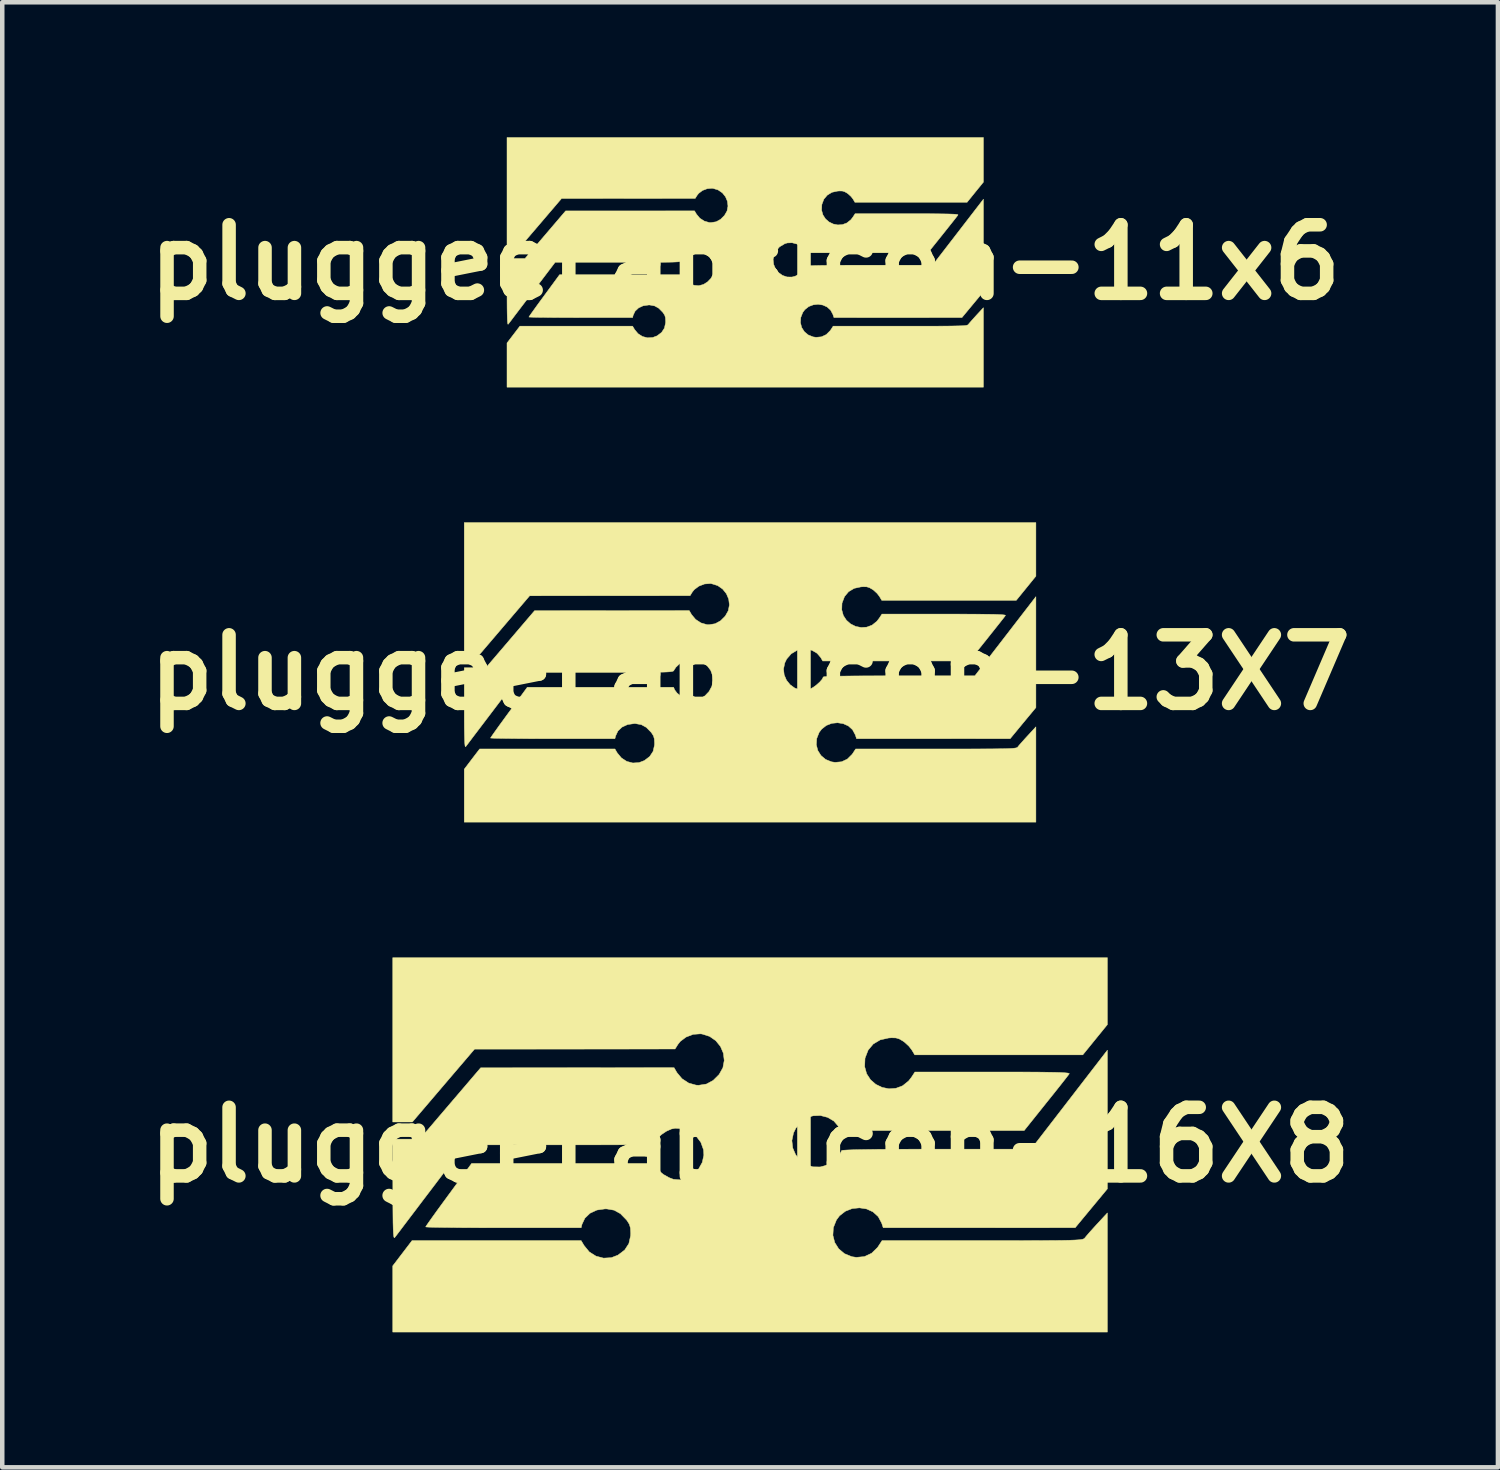
<source format=kicad_pcb>
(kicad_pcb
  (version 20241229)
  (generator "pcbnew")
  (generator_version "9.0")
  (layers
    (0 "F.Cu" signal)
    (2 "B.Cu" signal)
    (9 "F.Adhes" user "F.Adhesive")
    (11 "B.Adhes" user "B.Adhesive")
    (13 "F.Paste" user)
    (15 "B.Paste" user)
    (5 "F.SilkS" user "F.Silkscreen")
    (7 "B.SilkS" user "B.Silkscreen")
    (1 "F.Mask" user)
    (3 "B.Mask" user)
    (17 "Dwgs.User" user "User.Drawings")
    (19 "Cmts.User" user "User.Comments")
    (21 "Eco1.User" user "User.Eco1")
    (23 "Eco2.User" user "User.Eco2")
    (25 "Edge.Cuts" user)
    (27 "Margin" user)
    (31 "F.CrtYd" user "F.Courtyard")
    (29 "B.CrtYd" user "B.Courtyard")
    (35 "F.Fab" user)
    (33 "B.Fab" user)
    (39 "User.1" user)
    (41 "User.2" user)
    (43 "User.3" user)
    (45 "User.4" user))
  (footprint "pluggeeLabsIcon-13X7"
    (layer "F.Cu")
    (at 13.614 11.888)
    (property "Reference" "pluggeeLabsIcon-13X7" (at 0 0 0) (layer "F.SilkS") (effects (font (size 1.524 1.524) (thickness 0.3))))
    (attr through_hole)
    (fp_poly (pts (xy 6.35 -2.138) (xy 6.132 -1.869) (xy 5.913 -1.6) (xy 4.42 -1.6) (xy 2.926 -1.6) (xy 2.874 -1.688) (xy 2.82 -1.757) (xy 2.746 -1.825) (xy 2.72 -1.843) (xy 2.653 -1.882) (xy 2.592 -1.901) (xy 2.515 -1.903) (xy 2.464 -1.9) (xy 2.313 -1.867) (xy 2.189 -1.793) (xy 2.098 -1.684) (xy 2.045 -1.545) (xy 2.042 -1.534) (xy 2.037 -1.39) (xy 2.072 -1.263) (xy 2.141 -1.158) (xy 2.235 -1.076) (xy 2.346 -1.021) (xy 2.468 -0.997) (xy 2.592 -1.005) (xy 2.711 -1.05) (xy 2.817 -1.135) (xy 2.868 -1.201) (xy 2.93 -1.295) (xy 4.311 -1.295) (xy 4.621 -1.295) (xy 4.884 -1.294) (xy 5.102 -1.293) (xy 5.28 -1.291) (xy 5.42 -1.289) (xy 5.526 -1.285) (xy 5.6 -1.281) (xy 5.648 -1.276) (xy 5.67 -1.27) (xy 5.673 -1.264) (xy 5.653 -1.236) (xy 5.605 -1.174) (xy 5.534 -1.084) (xy 5.445 -0.972) (xy 5.343 -0.844) (xy 5.263 -0.743) (xy 4.871 -0.254) (xy 3.242 -0.254) (xy 1.613 -0.254) (xy 1.57 -0.33) (xy 1.489 -0.424) (xy 1.378 -0.489) (xy 1.25 -0.522) (xy 1.12 -0.517) (xy 1.052 -0.496) (xy 0.914 -0.413) (xy 0.813 -0.297) (xy 0.772 -0.212) (xy 0.743 -0.076) (xy 0.758 0.055) (xy 0.809 0.174) (xy 0.89 0.274) (xy 0.994 0.349) (xy 1.115 0.39) (xy 1.246 0.393) (xy 1.333 0.37) (xy 1.402 0.333) (xy 1.478 0.277) (xy 1.549 0.213) (xy 1.602 0.152) (xy 1.625 0.105) (xy 1.626 0.102) (xy 1.651 0.096) (xy 1.726 0.091) (xy 1.851 0.087) (xy 2.025 0.083) (xy 2.247 0.08) (xy 2.517 0.078) (xy 2.834 0.077) (xy 3.197 0.076) (xy 3.31 0.076) (xy 4.994 0.076) (xy 5.672 -0.803) (xy 6.35 -1.682) (xy 6.35 0.782) (xy 6.064 1.127) (xy 5.779 1.472) (xy 4.072 1.473) (xy 2.366 1.473) (xy 2.338 1.388) (xy 2.277 1.274) (xy 2.184 1.19) (xy 2.07 1.139) (xy 1.944 1.119) (xy 1.815 1.132) (xy 1.694 1.179) (xy 1.591 1.26) (xy 1.534 1.335) (xy 1.48 1.472) (xy 1.472 1.608) (xy 1.505 1.736) (xy 1.575 1.847) (xy 1.678 1.934) (xy 1.809 1.987) (xy 1.888 1.999) (xy 2.033 1.986) (xy 2.161 1.926) (xy 2.266 1.822) (xy 2.284 1.796) (xy 2.345 1.702) (xy 4.13 1.702) (xy 4.475 1.702) (xy 4.772 1.702) (xy 5.026 1.701) (xy 5.239 1.7) (xy 5.416 1.699) (xy 5.56 1.697) (xy 5.675 1.695) (xy 5.763 1.692) (xy 5.83 1.688) (xy 5.877 1.683) (xy 5.909 1.678) (xy 5.93 1.671) (xy 5.942 1.663) (xy 5.949 1.655) (xy 5.979 1.617) (xy 6.036 1.553) (xy 6.109 1.471) (xy 6.166 1.409) (xy 6.35 1.21) (xy 6.35 3.327) (xy -6.35 3.327) (xy -6.35 2.151) (xy -6.179 1.926) (xy -6.008 1.702) (xy -4.505 1.702) (xy -3.002 1.702) (xy -2.951 1.789) (xy -2.857 1.902) (xy -2.739 1.978) (xy -2.605 2.013) (xy -2.466 2.004) (xy -2.348 1.959) (xy -2.229 1.868) (xy -2.154 1.754) (xy -2.123 1.614) (xy -2.122 1.572) (xy -2.127 1.478) (xy -2.146 1.411) (xy -2.186 1.347) (xy -2.201 1.328) (xy -2.305 1.222) (xy -2.416 1.161) (xy -2.545 1.138) (xy -2.577 1.138) (xy -2.722 1.159) (xy -2.845 1.216) (xy -2.936 1.303) (xy -2.988 1.414) (xy -3.003 1.473) (xy -4.384 1.473) (xy -4.644 1.473) (xy -4.888 1.472) (xy -5.111 1.471) (xy -5.309 1.469) (xy -5.477 1.467) (xy -5.611 1.465) (xy -5.706 1.462) (xy -5.758 1.459) (xy -5.766 1.458) (xy -5.751 1.434) (xy -5.711 1.375) (xy -5.647 1.285) (xy -5.566 1.172) (xy -5.469 1.039) (xy -5.362 0.892) (xy -5.357 0.886) (xy -4.949 0.33) (xy -1.701 0.33) (xy -1.672 0.393) (xy -1.622 0.459) (xy -1.539 0.526) (xy -1.44 0.583) (xy -1.363 0.612) (xy -1.237 0.622) (xy -1.114 0.59) (xy -1.004 0.522) (xy -0.913 0.427) (xy -0.85 0.311) (xy -0.822 0.183) (xy -0.827 0.088) (xy -0.875 -0.045) (xy -0.96 -0.157) (xy -1.07 -0.24) (xy -1.198 -0.288) (xy -1.332 -0.295) (xy -1.4 -0.282) (xy -1.487 -0.242) (xy -1.575 -0.183) (xy -1.647 -0.115) (xy -1.688 -0.053) (xy -1.69 -0.049) (xy -1.694 -0.039) (xy -1.703 -0.031) (xy -1.72 -0.024) (xy -1.748 -0.018) (xy -1.792 -0.013) (xy -1.855 -0.009) (xy -1.94 -0.006) (xy -2.052 -0.004) (xy -2.194 -0.002) (xy -2.369 -0.001) (xy -2.581 -0.001) (xy -2.835 -0.000152) (xy -3.132 -0.000018) (xy -3.386 0) (xy -5.067 0) (xy -5.677 0.805) (xy -5.812 0.983) (xy -5.938 1.149) (xy -6.052 1.299) (xy -6.15 1.428) (xy -6.228 1.532) (xy -6.284 1.606) (xy -6.314 1.645) (xy -6.317 1.649) (xy -6.326 1.65) (xy -6.333 1.628) (xy -6.338 1.577) (xy -6.342 1.495) (xy -6.345 1.377) (xy -6.348 1.22) (xy -6.349 1.019) (xy -6.349 0.794) (xy -6.35 -0.102) (xy -5.871 -0.102) (xy -5.329 -0.736) (xy -4.788 -1.37) (xy -1.351 -1.372) (xy -1.3 -1.284) (xy -1.209 -1.176) (xy -1.091 -1.099) (xy -0.959 -1.061) (xy -0.913 -1.059) (xy -0.776 -1.081) (xy -0.656 -1.146) (xy -0.552 -1.25) (xy -0.484 -1.37) (xy -0.459 -1.499) (xy -0.475 -1.628) (xy -0.526 -1.748) (xy -0.609 -1.851) (xy -0.719 -1.928) (xy -0.854 -1.97) (xy -0.883 -1.974) (xy -1.013 -1.964) (xy -1.137 -1.916) (xy -1.24 -1.839) (xy -1.283 -1.785) (xy -1.333 -1.704) (xy -3.115 -1.703) (xy -4.897 -1.702) (xy -5.45 -1.054) (xy -6.003 -0.406) (xy -6.35 -0.406) (xy -6.35 -3.327) (xy 6.35 -3.327) (xy 6.35 -2.138)) (stroke (width 0.01) (type solid)) (fill yes) (layer "F.SilkS")))
  (footprint "pluggeeLabsIcon-11x6"
    (layer "F.Cu")
    (at 13.506 2.778)
    (property "Reference" "pluggeeLabsIcon-11x6" (at 0 0 0) (layer "F.SilkS") (effects (font (size 1.524 1.524) (thickness 0.3))))
    (attr through_hole)
    (fp_poly (pts (xy 5.292 -1.782) (xy 5.11 -1.558) (xy 4.928 -1.333) (xy 2.438 -1.333) (xy 2.395 -1.406) (xy 2.35 -1.464) (xy 2.288 -1.52) (xy 2.267 -1.536) (xy 2.211 -1.568) (xy 2.16 -1.584) (xy 2.096 -1.586) (xy 2.053 -1.583) (xy 1.928 -1.556) (xy 1.825 -1.494) (xy 1.748 -1.404) (xy 1.704 -1.288) (xy 1.702 -1.278) (xy 1.697 -1.158) (xy 1.727 -1.053) (xy 1.784 -0.965) (xy 1.862 -0.897) (xy 1.955 -0.851) (xy 2.057 -0.831) (xy 2.16 -0.838) (xy 2.259 -0.875) (xy 2.348 -0.946) (xy 2.39 -1.001) (xy 2.441 -1.079) (xy 3.593 -1.079) (xy 3.851 -1.079) (xy 4.07 -1.079) (xy 4.252 -1.078) (xy 4.4 -1.076) (xy 4.517 -1.074) (xy 4.605 -1.071) (xy 4.667 -1.068) (xy 4.706 -1.063) (xy 4.725 -1.058) (xy 4.728 -1.053) (xy 4.711 -1.03) (xy 4.671 -0.978) (xy 4.612 -0.903) (xy 4.538 -0.81) (xy 4.453 -0.703) (xy 4.386 -0.619) (xy 4.06 -0.212) (xy 2.702 -0.212) (xy 1.344 -0.212) (xy 1.308 -0.275) (xy 1.241 -0.353) (xy 1.148 -0.407) (xy 1.042 -0.435) (xy 0.934 -0.431) (xy 0.877 -0.413) (xy 0.762 -0.344) (xy 0.678 -0.247) (xy 0.643 -0.177) (xy 0.62 -0.063) (xy 0.632 0.046) (xy 0.674 0.145) (xy 0.742 0.229) (xy 0.829 0.291) (xy 0.929 0.325) (xy 1.038 0.327) (xy 1.111 0.308) (xy 1.168 0.278) (xy 1.232 0.231) (xy 1.291 0.177) (xy 1.335 0.127) (xy 1.354 0.088) (xy 1.355 0.085) (xy 1.376 0.08) (xy 1.439 0.076) (xy 1.543 0.072) (xy 1.688 0.069) (xy 1.873 0.067) (xy 2.097 0.065) (xy 2.361 0.064) (xy 2.664 0.064) (xy 2.758 0.064) (xy 4.162 0.064) (xy 4.727 -0.669) (xy 5.292 -1.402) (xy 5.292 0.652) (xy 5.054 0.939) (xy 4.815 1.227) (xy 1.972 1.228) (xy 1.948 1.157) (xy 1.897 1.062) (xy 1.82 0.992) (xy 1.725 0.949) (xy 1.62 0.932) (xy 1.513 0.944) (xy 1.412 0.982) (xy 1.326 1.05) (xy 1.279 1.113) (xy 1.234 1.227) (xy 1.227 1.34) (xy 1.254 1.447) (xy 1.313 1.54) (xy 1.398 1.612) (xy 1.507 1.656) (xy 1.573 1.666) (xy 1.694 1.655) (xy 1.801 1.605) (xy 1.888 1.518) (xy 1.903 1.497) (xy 1.954 1.418) (xy 3.442 1.418) (xy 3.729 1.418) (xy 3.977 1.418) (xy 4.188 1.418) (xy 4.366 1.417) (xy 4.514 1.416) (xy 4.634 1.414) (xy 4.729 1.412) (xy 4.803 1.41) (xy 4.858 1.407) (xy 4.897 1.403) (xy 4.924 1.398) (xy 4.941 1.392) (xy 4.952 1.386) (xy 4.957 1.379) (xy 4.983 1.348) (xy 5.03 1.294) (xy 5.091 1.226) (xy 5.138 1.174) (xy 5.292 1.008) (xy 5.292 2.773) (xy -5.292 2.773) (xy -5.292 1.792) (xy -5.006 1.418) (xy -3.754 1.418) (xy -2.502 1.418) (xy -2.459 1.491) (xy -2.381 1.585) (xy -2.282 1.648) (xy -2.171 1.677) (xy -2.055 1.67) (xy -1.957 1.633) (xy -1.857 1.557) (xy -1.795 1.462) (xy -1.769 1.345) (xy -1.768 1.31) (xy -1.772 1.231) (xy -1.788 1.176) (xy -1.822 1.123) (xy -1.834 1.107) (xy -1.921 1.019) (xy -2.013 0.968) (xy -2.12 0.948) (xy -2.147 0.948) (xy -2.269 0.966) (xy -2.37 1.013) (xy -2.447 1.086) (xy -2.49 1.178) (xy -2.502 1.228) (xy -3.654 1.228) (xy -3.87 1.227) (xy -4.073 1.227) (xy -4.259 1.226) (xy -4.424 1.224) (xy -4.564 1.223) (xy -4.676 1.221) (xy -4.755 1.218) (xy -4.798 1.216) (xy -4.805 1.215) (xy -4.793 1.195) (xy -4.759 1.145) (xy -4.706 1.071) (xy -4.638 0.976) (xy -4.558 0.866) (xy -4.468 0.744) (xy -4.464 0.738) (xy -4.124 0.275) (xy -1.417 0.275) (xy -1.393 0.327) (xy -1.352 0.382) (xy -1.283 0.438) (xy -1.2 0.486) (xy -1.136 0.51) (xy -1.03 0.519) (xy -0.929 0.492) (xy -0.837 0.435) (xy -0.761 0.356) (xy -0.708 0.259) (xy -0.685 0.153) (xy -0.689 0.073) (xy -0.729 -0.038) (xy -0.8 -0.131) (xy -0.892 -0.2) (xy -0.998 -0.24) (xy -1.11 -0.246) (xy -1.167 -0.235) (xy -1.24 -0.202) (xy -1.313 -0.152) (xy -1.373 -0.096) (xy -1.407 -0.044) (xy -1.408 -0.041) (xy -1.412 -0.033) (xy -1.419 -0.026) (xy -1.433 -0.02) (xy -1.457 -0.015) (xy -1.493 -0.011) (xy -1.546 -0.008) (xy -1.617 -0.005) (xy -1.71 -0.003) (xy -1.828 -0.002) (xy -1.974 -0.001) (xy -2.151 -0.000422) (xy -2.362 -0.000126) (xy -2.61 -0.000015) (xy -2.822 0) (xy -4.223 0) (xy -4.731 0.67) (xy -4.843 0.819) (xy -4.948 0.957) (xy -5.043 1.082) (xy -5.125 1.19) (xy -5.19 1.277) (xy -5.237 1.338) (xy -5.262 1.371) (xy -5.265 1.374) (xy -5.272 1.375) (xy -5.277 1.356) (xy -5.282 1.314) (xy -5.285 1.246) (xy -5.288 1.148) (xy -5.29 1.017) (xy -5.291 0.849) (xy -5.291 0.661) (xy -5.292 -0.085) (xy -4.892 -0.085) (xy -3.99 -1.142) (xy -2.558 -1.142) (xy -1.126 -1.143) (xy -1.083 -1.07) (xy -1.008 -0.98) (xy -0.909 -0.916) (xy -0.799 -0.884) (xy -0.761 -0.883) (xy -0.646 -0.901) (xy -0.547 -0.955) (xy -0.46 -1.042) (xy -0.403 -1.142) (xy -0.383 -1.249) (xy -0.396 -1.357) (xy -0.438 -1.457) (xy -0.507 -1.543) (xy -0.6 -1.607) (xy -0.712 -1.642) (xy -0.736 -1.645) (xy -0.844 -1.636) (xy -0.948 -1.597) (xy -1.034 -1.532) (xy -1.069 -1.488) (xy -1.111 -1.42) (xy -2.596 -1.419) (xy -4.08 -1.418) (xy -4.541 -0.878) (xy -5.002 -0.339) (xy -5.292 -0.339) (xy -5.292 -2.773) (xy 5.292 -2.773) (xy 5.292 -1.782)) (stroke (width 0.01) (type solid)) (fill yes) (layer "F.SilkS")))
  (footprint "pluggeeLabsIcon-16X8"
    (layer "F.Cu")
    (at 13.614 22.385)
    (property "Reference" "pluggeeLabsIcon-16X8" (at 0 0 0) (layer "F.SilkS") (effects (font (size 1.524 1.524) (thickness 0.3))))
    (attr through_hole)
    (fp_poly (pts (xy 7.938 -2.672) (xy 7.392 -2) (xy 5.525 -2) (xy 3.658 -2) (xy 3.593 -2.109) (xy 3.525 -2.196) (xy 3.432 -2.281) (xy 3.4 -2.304) (xy 3.317 -2.353) (xy 3.241 -2.376) (xy 3.144 -2.379) (xy 3.08 -2.375) (xy 2.892 -2.333) (xy 2.737 -2.241) (xy 2.623 -2.105) (xy 2.556 -1.932) (xy 2.553 -1.917) (xy 2.546 -1.737) (xy 2.59 -1.579) (xy 2.676 -1.447) (xy 2.793 -1.345) (xy 2.933 -1.277) (xy 3.085 -1.246) (xy 3.24 -1.257) (xy 3.389 -1.313) (xy 3.521 -1.419) (xy 3.585 -1.501) (xy 3.662 -1.619) (xy 5.389 -1.619) (xy 5.776 -1.619) (xy 6.105 -1.618) (xy 6.378 -1.617) (xy 6.6 -1.614) (xy 6.775 -1.611) (xy 6.907 -1.607) (xy 7.001 -1.601) (xy 7.06 -1.595) (xy 7.088 -1.587) (xy 7.092 -1.58) (xy 7.066 -1.545) (xy 7.006 -1.467) (xy 6.918 -1.355) (xy 6.807 -1.215) (xy 6.679 -1.055) (xy 6.578 -0.929) (xy 6.089 -0.318) (xy 4.053 -0.318) (xy 2.016 -0.318) (xy 1.962 -0.412) (xy 1.862 -0.529) (xy 1.723 -0.611) (xy 1.563 -0.652) (xy 1.4 -0.646) (xy 1.315 -0.62) (xy 1.143 -0.517) (xy 1.017 -0.371) (xy 0.965 -0.265) (xy 0.929 -0.095) (xy 0.948 0.069) (xy 1.012 0.218) (xy 1.113 0.343) (xy 1.243 0.436) (xy 1.394 0.488) (xy 1.557 0.491) (xy 1.666 0.462) (xy 1.753 0.416) (xy 1.847 0.346) (xy 1.936 0.266) (xy 2.002 0.19) (xy 2.032 0.132) (xy 2.032 0.127) (xy 2.064 0.12) (xy 2.158 0.114) (xy 2.314 0.108) (xy 2.531 0.104) (xy 2.809 0.1) (xy 3.146 0.098) (xy 3.542 0.096) (xy 3.996 0.095) (xy 4.137 0.095) (xy 6.242 0.095) (xy 7.09 -1.004) (xy 7.938 -2.103) (xy 7.938 0.977) (xy 7.58 1.409) (xy 7.223 1.84) (xy 5.09 1.841) (xy 2.958 1.841) (xy 2.923 1.736) (xy 2.846 1.593) (xy 2.73 1.488) (xy 2.587 1.423) (xy 2.43 1.399) (xy 2.269 1.415) (xy 2.118 1.474) (xy 1.988 1.575) (xy 1.918 1.669) (xy 1.85 1.84) (xy 1.84 2.01) (xy 1.881 2.17) (xy 1.969 2.309) (xy 2.097 2.417) (xy 2.261 2.484) (xy 2.359 2.499) (xy 2.541 2.482) (xy 2.701 2.407) (xy 2.833 2.278) (xy 2.855 2.245) (xy 2.932 2.127) (xy 5.163 2.127) (xy 5.594 2.127) (xy 5.965 2.127) (xy 6.282 2.126) (xy 6.549 2.125) (xy 6.77 2.124) (xy 6.95 2.122) (xy 7.093 2.119) (xy 7.204 2.115) (xy 7.287 2.11) (xy 7.346 2.104) (xy 7.386 2.097) (xy 7.412 2.088) (xy 7.427 2.078) (xy 7.436 2.069) (xy 7.474 2.022) (xy 7.544 1.941) (xy 7.636 1.839) (xy 7.707 1.761) (xy 7.938 1.512) (xy 7.938 4.159) (xy -7.938 4.159) (xy -7.938 2.688) (xy -7.51 2.127) (xy -5.631 2.127) (xy -3.753 2.127) (xy -3.688 2.236) (xy -3.572 2.378) (xy -3.423 2.472) (xy -3.256 2.516) (xy -3.082 2.506) (xy -2.935 2.449) (xy -2.786 2.336) (xy -2.693 2.193) (xy -2.654 2.018) (xy -2.652 1.964) (xy -2.658 1.847) (xy -2.682 1.764) (xy -2.732 1.684) (xy -2.751 1.661) (xy -2.881 1.528) (xy -3.02 1.451) (xy -3.181 1.423) (xy -3.221 1.422) (xy -3.403 1.448) (xy -3.556 1.519) (xy -3.67 1.629) (xy -3.735 1.767) (xy -3.753 1.841) (xy -5.48 1.841) (xy -5.805 1.841) (xy -6.109 1.84) (xy -6.388 1.839) (xy -6.636 1.836) (xy -6.846 1.834) (xy -7.014 1.831) (xy -7.133 1.828) (xy -7.197 1.824) (xy -7.207 1.822) (xy -7.189 1.792) (xy -7.138 1.718) (xy -7.059 1.607) (xy -6.957 1.465) (xy -6.836 1.299) (xy -6.702 1.116) (xy -6.696 1.108) (xy -6.186 0.413) (xy -2.126 0.413) (xy -2.09 0.491) (xy -2.028 0.574) (xy -1.924 0.658) (xy -1.8 0.728) (xy -1.703 0.765) (xy -1.546 0.778) (xy -1.393 0.737) (xy -1.255 0.653) (xy -1.142 0.533) (xy -1.062 0.389) (xy -1.027 0.229) (xy -1.034 0.11) (xy -1.094 -0.057) (xy -1.199 -0.196) (xy -1.338 -0.299) (xy -1.497 -0.36) (xy -1.665 -0.369) (xy -1.75 -0.352) (xy -1.859 -0.303) (xy -1.969 -0.229) (xy -2.059 -0.144) (xy -2.111 -0.066) (xy -2.112 -0.062) (xy -2.117 -0.049) (xy -2.128 -0.039) (xy -2.149 -0.03) (xy -2.185 -0.023) (xy -2.24 -0.017) (xy -2.319 -0.012) (xy -2.426 -0.008) (xy -2.565 -0.005) (xy -2.742 -0.003) (xy -2.961 -0.001) (xy -3.227 -0.001) (xy -3.543 -0.000189) (xy -3.915 -0.000023) (xy -4.233 0) (xy -6.334 0) (xy -7.096 1.006) (xy -7.265 1.228) (xy -7.422 1.436) (xy -7.565 1.624) (xy -7.687 1.785) (xy -7.785 1.915) (xy -7.855 2.007) (xy -7.893 2.056) (xy -7.897 2.061) (xy -7.907 2.063) (xy -7.916 2.035) (xy -7.923 1.972) (xy -7.928 1.869) (xy -7.932 1.722) (xy -7.934 1.525) (xy -7.936 1.274) (xy -7.936 0.992) (xy -7.938 -0.127) (xy -7.339 -0.127) (xy -6.662 -0.92) (xy -5.985 -1.712) (xy -3.837 -1.713) (xy -1.689 -1.715) (xy -1.625 -1.605) (xy -1.512 -1.47) (xy -1.364 -1.373) (xy -1.199 -1.327) (xy -1.142 -1.324) (xy -0.97 -1.351) (xy -0.82 -1.432) (xy -0.689 -1.562) (xy -0.604 -1.713) (xy -0.574 -1.874) (xy -0.593 -2.035) (xy -0.657 -2.185) (xy -0.761 -2.314) (xy -0.899 -2.41) (xy -1.067 -2.463) (xy -1.104 -2.467) (xy -1.266 -2.455) (xy -1.422 -2.395) (xy -1.55 -2.299) (xy -1.603 -2.232) (xy -1.667 -2.13) (xy -3.894 -2.128) (xy -6.121 -2.127) (xy -6.812 -1.318) (xy -7.503 -0.508) (xy -7.938 -0.508) (xy -7.938 -4.159) (xy 7.938 -4.159) (xy 7.938 -2.672)) (stroke (width 0.01) (type solid)) (fill yes) (layer "F.SilkS")))
  (gr_rect
    (start -3 -3)
    (end 30.229 29.549)
    (stroke (width 0.1) (type default))
    (fill no)
    (layer "Edge.Cuts")))
</source>
